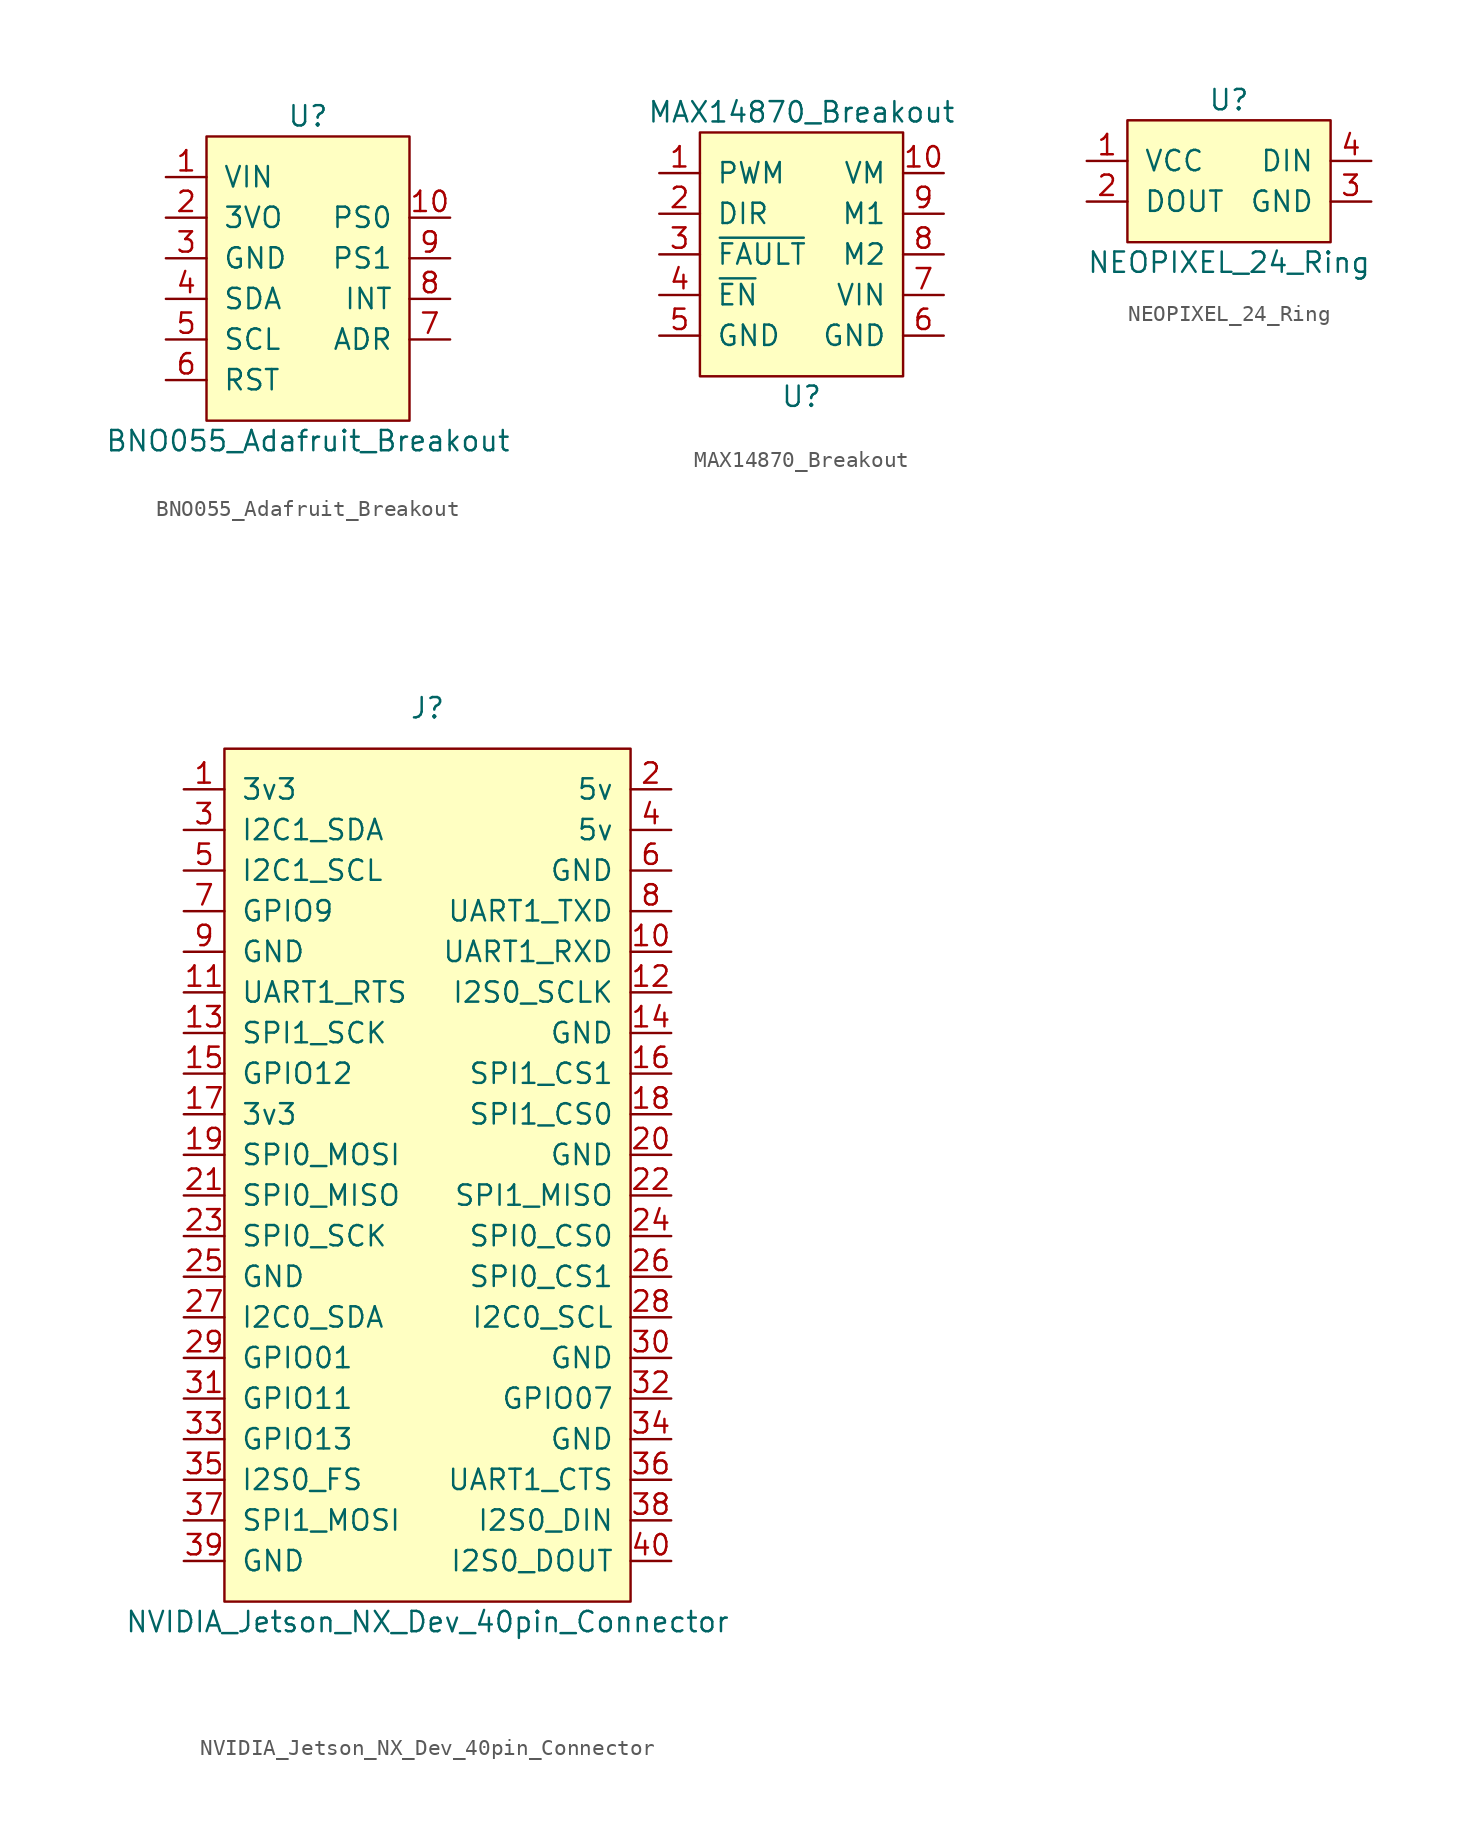
<source format=kicad_sym>
(kicad_symbol_lib
  (version 20211014)
  (generator kicad_symbol_editor)
  (symbol "BNO055_Adafruit_Breakout"
    (pin_names
      (offset 1.016))
    (property "Reference" "U"
      (at 0 10.16 0)
      (effects (font (size 1.27 1.27))))
    (property "Value" "BNO055_Adafruit_Breakout"
      (at 0 -10.16 0)
      (effects (font (size 1.27 1.27))))
    (symbol "BNO055_Adafruit_Breakout_0_1"
      (rectangle (start -6.35 8.89) (end 6.35 -8.89) (stroke (width 0) (type default) (color 0 0 0 0)) (fill (type background))))
    (symbol "BNO055_Adafruit_Breakout_1_1"
      (pin power_in line (at -8.89 6.35 0) (length 2.54) (name "VIN" (effects (font (size 1.27 1.27)))) (number "1" (effects (font (size 1.27 1.27)))))
      (pin bidirectional line (at 8.89 3.81 180) (length 2.54) (name "PS0" (effects (font (size 1.27 1.27)))) (number "10" (effects (font (size 1.27 1.27)))))
      (pin power_out line (at -8.89 3.81 0) (length 2.54) (name "3VO" (effects (font (size 1.27 1.27)))) (number "2" (effects (font (size 1.27 1.27)))))
      (pin power_in line (at -8.89 1.27 0) (length 2.54) (name "GND" (effects (font (size 1.27 1.27)))) (number "3" (effects (font (size 1.27 1.27)))))
      (pin bidirectional line (at -8.89 -1.27 0) (length 2.54) (name "SDA" (effects (font (size 1.27 1.27)))) (number "4" (effects (font (size 1.27 1.27)))))
      (pin bidirectional line (at -8.89 -3.81 0) (length 2.54) (name "SCL" (effects (font (size 1.27 1.27)))) (number "5" (effects (font (size 1.27 1.27)))))
      (pin input line (at -8.89 -6.35 0) (length 2.54) (name "RST" (effects (font (size 1.27 1.27)))) (number "6" (effects (font (size 1.27 1.27)))))
      (pin input line (at 8.89 -3.81 180) (length 2.54) (name "ADR" (effects (font (size 1.27 1.27)))) (number "7" (effects (font (size 1.27 1.27)))))
      (pin output line (at 8.89 -1.27 180) (length 2.54) (name "INT" (effects (font (size 1.27 1.27)))) (number "8" (effects (font (size 1.27 1.27)))))
      (pin bidirectional line (at 8.89 1.27 180) (length 2.54) (name "PS1" (effects (font (size 1.27 1.27)))) (number "9" (effects (font (size 1.27 1.27)))))))
  (symbol "MAX14870_Breakout"
    (pin_names
      (offset 1.016))
    (property "Reference" "U"
      (at 0 -3.81 0)
      (effects (font (size 1.27 1.27))))
    (property "Value" "MAX14870_Breakout"
      (at 0 13.97 0)
      (effects (font (size 1.27 1.27))))
    (symbol "MAX14870_Breakout_0_1"
      (rectangle (start -6.35 12.7) (end 6.35 -2.54) (stroke (width 0) (type default) (color 0 0 0 0)) (fill (type background))))
    (symbol "MAX14870_Breakout_1_1"
      (pin input line (at -8.89 10.16 0) (length 2.54) (name "PWM" (effects (font (size 1.27 1.27)))) (number "1" (effects (font (size 1.27 1.27)))))
      (pin input line (at 8.89 10.16 180) (length 2.54) (name "VM" (effects (font (size 1.27 1.27)))) (number "10" (effects (font (size 1.27 1.27)))))
      (pin input line (at -8.89 7.62 0) (length 2.54) (name "DIR" (effects (font (size 1.27 1.27)))) (number "2" (effects (font (size 1.27 1.27)))))
      (pin output line (at -8.89 5.08 0) (length 2.54) (name "~{FAULT}" (effects (font (size 1.27 1.27)))) (number "3" (effects (font (size 1.27 1.27)))))
      (pin input line (at -8.89 2.54 0) (length 2.54) (name "~{EN}" (effects (font (size 1.27 1.27)))) (number "4" (effects (font (size 1.27 1.27)))))
      (pin power_in line (at -8.89 0 0) (length 2.54) (name "GND" (effects (font (size 1.27 1.27)))) (number "5" (effects (font (size 1.27 1.27)))))
      (pin power_in line (at 8.89 0 180) (length 2.54) (name "GND" (effects (font (size 1.27 1.27)))) (number "6" (effects (font (size 1.27 1.27)))))
      (pin power_in line (at 8.89 2.54 180) (length 2.54) (name "VIN" (effects (font (size 1.27 1.27)))) (number "7" (effects (font (size 1.27 1.27)))))
      (pin power_out line (at 8.89 5.08 180) (length 2.54) (name "M2" (effects (font (size 1.27 1.27)))) (number "8" (effects (font (size 1.27 1.27)))))
      (pin power_out line (at 8.89 7.62 180) (length 2.54) (name "M1" (effects (font (size 1.27 1.27)))) (number "9" (effects (font (size 1.27 1.27)))))))
  (symbol "NEOPIXEL_24_Ring"
    (pin_names
      (offset 1.016))
    (property "Reference" "U"
      (at 0 5.08 0)
      (effects (font (size 1.27 1.27))))
    (property "Value" "NEOPIXEL_24_Ring"
      (at 0 -5.08 0)
      (effects (font (size 1.27 1.27))))
    (symbol "NEOPIXEL_24_Ring_0_1"
      (rectangle (start -6.35 3.81) (end 6.35 -3.81) (stroke (width 0) (type default) (color 0 0 0 0)) (fill (type background))))
    (symbol "NEOPIXEL_24_Ring_1_1"
      (pin power_in line (at -8.89 1.27 0) (length 2.54) (name "VCC" (effects (font (size 1.27 1.27)))) (number "1" (effects (font (size 1.27 1.27)))))
      (pin output line (at -8.89 -1.27 0) (length 2.54) (name "DOUT" (effects (font (size 1.27 1.27)))) (number "2" (effects (font (size 1.27 1.27)))))
      (pin power_in line (at 8.89 -1.27 180) (length 2.54) (name "GND" (effects (font (size 1.27 1.27)))) (number "3" (effects (font (size 1.27 1.27)))))
      (pin input line (at 8.89 1.27 180) (length 2.54) (name "DIN" (effects (font (size 1.27 1.27)))) (number "4" (effects (font (size 1.27 1.27)))))))
  (symbol "NVIDIA_Jetson_NX_Dev_40pin_Connector"
    (pin_names
      (offset 1.016))
    (property "Reference" "J"
      (at 0 29.21 0)
      (effects (font (size 1.27 1.27))))
    (property "Value" "NVIDIA_Jetson_NX_Dev_40pin_Connector"
      (at 0 -27.94 0)
      (effects (font (size 1.27 1.27))))
    (symbol "NVIDIA_Jetson_NX_Dev_40pin_Connector_0_1"
      (rectangle (start -12.7 26.67) (end 12.7 -26.67) (stroke (width 0) (type default) (color 0 0 0 0)) (fill (type background))))
    (symbol "NVIDIA_Jetson_NX_Dev_40pin_Connector_1_1"
      (pin power_out line (at -15.24 24.13 0) (length 2.54) (name "3v3" (effects (font (size 1.27 1.27)))) (number "1" (effects (font (size 1.27 1.27)))))
      (pin input line (at 15.24 13.97 180) (length 2.54) (name "UART1_RXD" (effects (font (size 1.27 1.27)))) (number "10" (effects (font (size 1.27 1.27)))))
      (pin bidirectional line (at -15.24 11.43 0) (length 2.54) (name "UART1_RTS" (effects (font (size 1.27 1.27)))) (number "11" (effects (font (size 1.27 1.27)))))
      (pin output line (at 15.24 11.43 180) (length 2.54) (name "I2S0_SCLK" (effects (font (size 1.27 1.27)))) (number "12" (effects (font (size 1.27 1.27)))))
      (pin output line (at -15.24 8.89 0) (length 2.54) (name "SPI1_SCK" (effects (font (size 1.27 1.27)))) (number "13" (effects (font (size 1.27 1.27)))))
      (pin power_out line (at 15.24 8.89 180) (length 2.54) (name "GND" (effects (font (size 1.27 1.27)))) (number "14" (effects (font (size 1.27 1.27)))))
      (pin bidirectional line (at -15.24 6.35 0) (length 2.54) (name "GPIO12" (effects (font (size 1.27 1.27)))) (number "15" (effects (font (size 1.27 1.27)))))
      (pin output line (at 15.24 6.35 180) (length 2.54) (name "SPI1_CS1" (effects (font (size 1.27 1.27)))) (number "16" (effects (font (size 1.27 1.27)))))
      (pin power_out line (at -15.24 3.81 0) (length 2.54) (name "3v3" (effects (font (size 1.27 1.27)))) (number "17" (effects (font (size 1.27 1.27)))))
      (pin output line (at 15.24 3.81 180) (length 2.54) (name "SPI1_CS0" (effects (font (size 1.27 1.27)))) (number "18" (effects (font (size 1.27 1.27)))))
      (pin output line (at -15.24 1.27 0) (length 2.54) (name "SPI0_MOSI" (effects (font (size 1.27 1.27)))) (number "19" (effects (font (size 1.27 1.27)))))
      (pin power_out line (at 15.24 24.13 180) (length 2.54) (name "5v" (effects (font (size 1.27 1.27)))) (number "2" (effects (font (size 1.27 1.27)))))
      (pin power_out line (at 15.24 1.27 180) (length 2.54) (name "GND" (effects (font (size 1.27 1.27)))) (number "20" (effects (font (size 1.27 1.27)))))
      (pin input line (at -15.24 -1.27 0) (length 2.54) (name "SPI0_MISO" (effects (font (size 1.27 1.27)))) (number "21" (effects (font (size 1.27 1.27)))))
      (pin input line (at 15.24 -1.27 180) (length 2.54) (name "SPI1_MISO" (effects (font (size 1.27 1.27)))) (number "22" (effects (font (size 1.27 1.27)))))
      (pin output line (at -15.24 -3.81 0) (length 2.54) (name "SPI0_SCK" (effects (font (size 1.27 1.27)))) (number "23" (effects (font (size 1.27 1.27)))))
      (pin output line (at 15.24 -3.81 180) (length 2.54) (name "SPI0_CS0" (effects (font (size 1.27 1.27)))) (number "24" (effects (font (size 1.27 1.27)))))
      (pin power_out line (at -15.24 -6.35 0) (length 2.54) (name "GND" (effects (font (size 1.27 1.27)))) (number "25" (effects (font (size 1.27 1.27)))))
      (pin output line (at 15.24 -6.35 180) (length 2.54) (name "SPI0_CS1" (effects (font (size 1.27 1.27)))) (number "26" (effects (font (size 1.27 1.27)))))
      (pin bidirectional line (at -15.24 -8.89 0) (length 2.54) (name "I2C0_SDA" (effects (font (size 1.27 1.27)))) (number "27" (effects (font (size 1.27 1.27)))))
      (pin bidirectional line (at 15.24 -8.89 180) (length 2.54) (name "I2C0_SCL" (effects (font (size 1.27 1.27)))) (number "28" (effects (font (size 1.27 1.27)))))
      (pin bidirectional line (at -15.24 -11.43 0) (length 2.54) (name "GPIO01" (effects (font (size 1.27 1.27)))) (number "29" (effects (font (size 1.27 1.27)))))
      (pin bidirectional line (at -15.24 21.59 0) (length 2.54) (name "I2C1_SDA" (effects (font (size 1.27 1.27)))) (number "3" (effects (font (size 1.27 1.27)))))
      (pin power_out line (at 15.24 -11.43 180) (length 2.54) (name "GND" (effects (font (size 1.27 1.27)))) (number "30" (effects (font (size 1.27 1.27)))))
      (pin bidirectional line (at -15.24 -13.97 0) (length 2.54) (name "GPIO11" (effects (font (size 1.27 1.27)))) (number "31" (effects (font (size 1.27 1.27)))))
      (pin bidirectional line (at 15.24 -13.97 180) (length 2.54) (name "GPIO07" (effects (font (size 1.27 1.27)))) (number "32" (effects (font (size 1.27 1.27)))))
      (pin bidirectional line (at -15.24 -16.51 0) (length 2.54) (name "GPIO13" (effects (font (size 1.27 1.27)))) (number "33" (effects (font (size 1.27 1.27)))))
      (pin power_out line (at 15.24 -16.51 180) (length 2.54) (name "GND" (effects (font (size 1.27 1.27)))) (number "34" (effects (font (size 1.27 1.27)))))
      (pin bidirectional line (at -15.24 -19.05 0) (length 2.54) (name "I2S0_FS" (effects (font (size 1.27 1.27)))) (number "35" (effects (font (size 1.27 1.27)))))
      (pin bidirectional line (at 15.24 -19.05 180) (length 2.54) (name "UART1_CTS" (effects (font (size 1.27 1.27)))) (number "36" (effects (font (size 1.27 1.27)))))
      (pin output line (at -15.24 -21.59 0) (length 2.54) (name "SPI1_MOSI" (effects (font (size 1.27 1.27)))) (number "37" (effects (font (size 1.27 1.27)))))
      (pin input line (at 15.24 -21.59 180) (length 2.54) (name "I2S0_DIN" (effects (font (size 1.27 1.27)))) (number "38" (effects (font (size 1.27 1.27)))))
      (pin power_out line (at -15.24 -24.13 0) (length 2.54) (name "GND" (effects (font (size 1.27 1.27)))) (number "39" (effects (font (size 1.27 1.27)))))
      (pin power_out line (at 15.24 21.59 180) (length 2.54) (name "5v" (effects (font (size 1.27 1.27)))) (number "4" (effects (font (size 1.27 1.27)))))
      (pin output line (at 15.24 -24.13 180) (length 2.54) (name "I2S0_DOUT" (effects (font (size 1.27 1.27)))) (number "40" (effects (font (size 1.27 1.27)))))
      (pin bidirectional line (at -15.24 19.05 0) (length 2.54) (name "I2C1_SCL" (effects (font (size 1.27 1.27)))) (number "5" (effects (font (size 1.27 1.27)))))
      (pin power_out line (at 15.24 19.05 180) (length 2.54) (name "GND" (effects (font (size 1.27 1.27)))) (number "6" (effects (font (size 1.27 1.27)))))
      (pin bidirectional line (at -15.24 16.51 0) (length 2.54) (name "GPIO9" (effects (font (size 1.27 1.27)))) (number "7" (effects (font (size 1.27 1.27)))))
      (pin output line (at 15.24 16.51 180) (length 2.54) (name "UART1_TXD" (effects (font (size 1.27 1.27)))) (number "8" (effects (font (size 1.27 1.27)))))
      (pin power_out line (at -15.24 13.97 0) (length 2.54) (name "GND" (effects (font (size 1.27 1.27)))) (number "9" (effects (font (size 1.27 1.27))))))))
</source>
